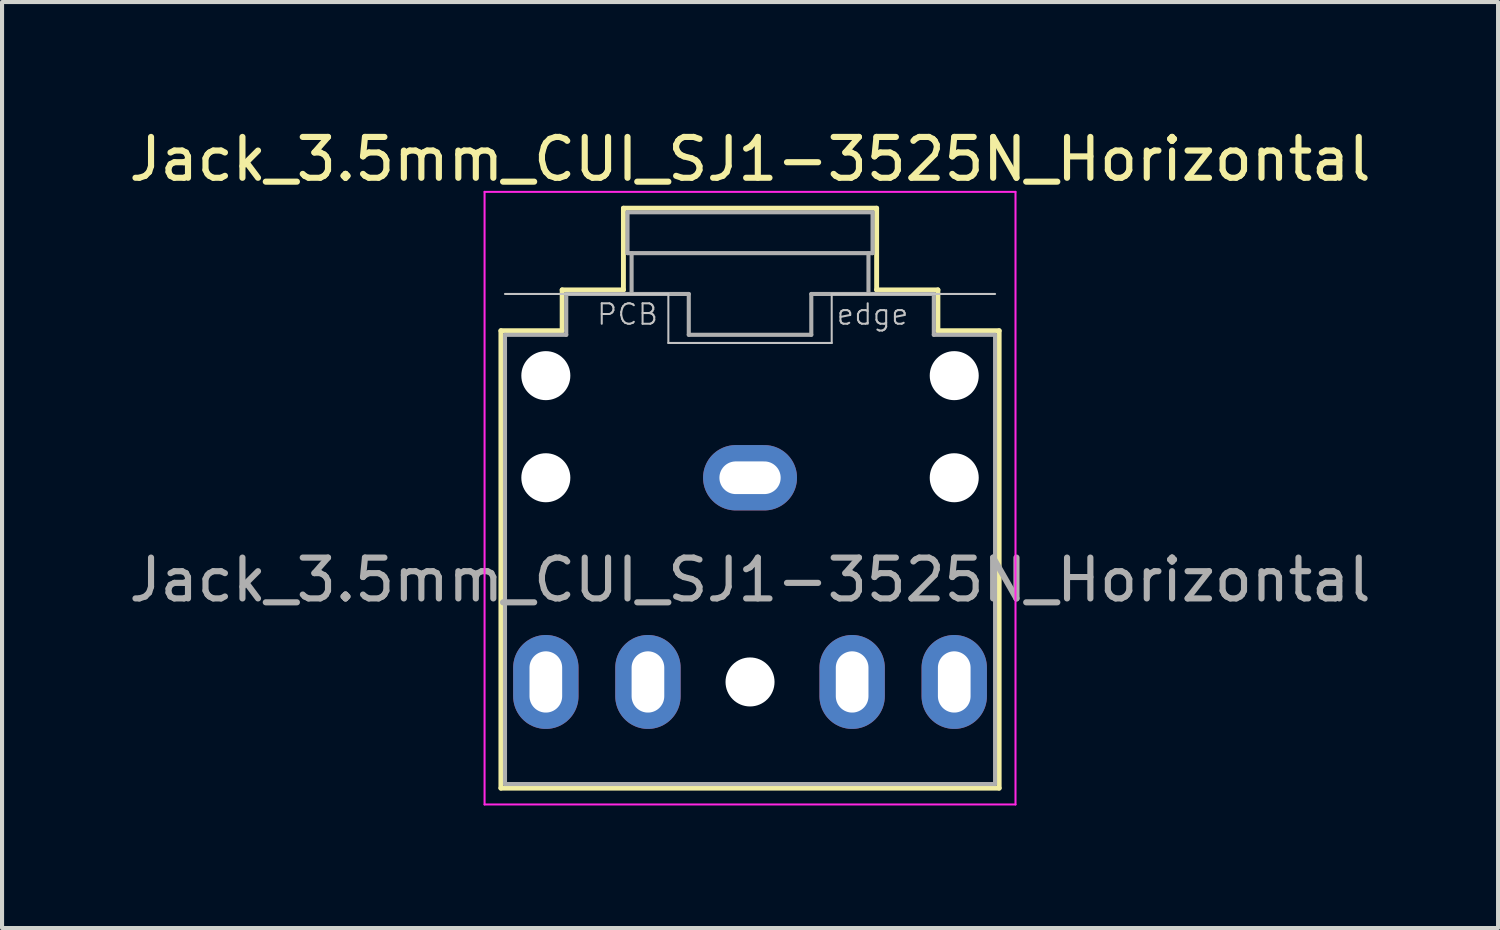
<source format=kicad_pcb>
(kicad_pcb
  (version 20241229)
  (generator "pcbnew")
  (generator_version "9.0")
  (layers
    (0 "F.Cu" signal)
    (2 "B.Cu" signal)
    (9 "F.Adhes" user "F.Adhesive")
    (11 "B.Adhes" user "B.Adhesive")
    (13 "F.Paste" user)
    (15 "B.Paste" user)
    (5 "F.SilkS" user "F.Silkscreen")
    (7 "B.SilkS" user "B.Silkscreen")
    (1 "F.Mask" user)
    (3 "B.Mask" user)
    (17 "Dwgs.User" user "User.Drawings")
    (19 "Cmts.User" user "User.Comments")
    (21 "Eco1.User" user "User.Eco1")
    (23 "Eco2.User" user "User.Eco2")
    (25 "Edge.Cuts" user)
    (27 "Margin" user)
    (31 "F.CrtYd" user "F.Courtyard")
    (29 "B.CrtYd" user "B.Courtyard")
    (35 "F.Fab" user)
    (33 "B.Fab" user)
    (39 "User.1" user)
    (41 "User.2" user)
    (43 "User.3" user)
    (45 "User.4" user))
  (footprint "Jack_3.5mm_CUI_SJ1-3525N_Horizontal"
    (layer "F.Cu")
    (at 15.315 8.648)
    (property "Reference" "Jack_3.5mm_CUI_SJ1-3525N_Horizontal" (at 0 -7.8 0) (layer "F.SilkS") (effects (font (size 1 1) (thickness 0.15))))
    (attr through_hole)
    (fp_line (start -6.1 -3.6) (end -4.6 -3.6) (stroke (width 0.12) (type solid)) (layer "F.SilkS"))
    (fp_line (start -6.1 7.6) (end -6.1 -3.6) (stroke (width 0.12) (type solid)) (layer "F.SilkS"))
    (fp_line (start -4.6 -4.6) (end -3.1 -4.6) (stroke (width 0.12) (type solid)) (layer "F.SilkS"))
    (fp_line (start -4.6 -3.6) (end -4.6 -4.6) (stroke (width 0.12) (type solid)) (layer "F.SilkS"))
    (fp_line (start -3.1 -6.6) (end 3.1 -6.6) (stroke (width 0.12) (type solid)) (layer "F.SilkS"))
    (fp_line (start -3.1 -4.6) (end -3.1 -6.6) (stroke (width 0.12) (type solid)) (layer "F.SilkS"))
    (fp_line (start 3.1 -6.6) (end 3.1 -4.6) (stroke (width 0.12) (type solid)) (layer "F.SilkS"))
    (fp_line (start 3.1 -4.6) (end 4.6 -4.6) (stroke (width 0.12) (type solid)) (layer "F.SilkS"))
    (fp_line (start 4.6 -4.6) (end 4.6 -3.6) (stroke (width 0.12) (type solid)) (layer "F.SilkS"))
    (fp_line (start 4.6 -3.6) (end 6.1 -3.6) (stroke (width 0.12) (type solid)) (layer "F.SilkS"))
    (fp_line (start 6.1 -3.6) (end 6.1 7.6) (stroke (width 0.12) (type solid)) (layer "F.SilkS"))
    (fp_line (start 6.1 7.6) (end -6.1 7.6) (stroke (width 0.12) (type solid)) (layer "F.SilkS"))
    (fp_line (start -2 -4.5) (end -6 -4.5) (stroke (width 0.05) (type solid)) (layer "Dwgs.User"))
    (fp_line (start -2 -4.5) (end -2 -3.3) (stroke (width 0.05) (type solid)) (layer "Dwgs.User"))
    (fp_line (start -2 -3.3) (end 2 -3.3) (stroke (width 0.05) (type solid)) (layer "Dwgs.User"))
    (fp_line (start 2 -4.5) (end 6 -4.5) (stroke (width 0.05) (type solid)) (layer "Dwgs.User"))
    (fp_line (start 2 -3.3) (end 2 -4.5) (stroke (width 0.05) (type solid)) (layer "Dwgs.User"))
    (fp_line (start -6.5 -7) (end 6.5 -7) (stroke (width 0.05) (type solid)) (layer "F.CrtYd"))
    (fp_line (start -6.5 8) (end -6.5 -7) (stroke (width 0.05) (type solid)) (layer "F.CrtYd"))
    (fp_line (start 6.5 -7) (end 6.5 8) (stroke (width 0.05) (type solid)) (layer "F.CrtYd"))
    (fp_line (start 6.5 8) (end -6.5 8) (stroke (width 0.05) (type solid)) (layer "F.CrtYd"))
    (fp_line (start -6 7.5) (end -6 -3.5) (stroke (width 0.1) (type solid)) (layer "F.Fab"))
    (fp_line (start -4.5 -4.5) (end -4.5 -3.5) (stroke (width 0.1) (type solid)) (layer "F.Fab"))
    (fp_line (start -4.5 -4.5) (end -1.5 -4.5) (stroke (width 0.1) (type solid)) (layer "F.Fab"))
    (fp_line (start -4.5 -3.5) (end -6 -3.5) (stroke (width 0.1) (type solid)) (layer "F.Fab"))
    (fp_line (start -3 -6.5) (end 3 -6.5) (stroke (width 0.1) (type solid)) (layer "F.Fab"))
    (fp_line (start -3 -5.5) (end -3 -6.5) (stroke (width 0.1) (type solid)) (layer "F.Fab"))
    (fp_line (start -2.9 -5.5) (end -2.9 -4.5) (stroke (width 0.1) (type solid)) (layer "F.Fab"))
    (fp_line (start -1.5 -4.5) (end -1.5 -3.5) (stroke (width 0.1) (type solid)) (layer "F.Fab"))
    (fp_line (start -1.5 -3.5) (end 1.5 -3.5) (stroke (width 0.1) (type solid)) (layer "F.Fab"))
    (fp_line (start 1.5 -4.5) (end 4.5 -4.5) (stroke (width 0.1) (type solid)) (layer "F.Fab"))
    (fp_line (start 1.5 -3.5) (end 1.5 -4.5) (stroke (width 0.1) (type solid)) (layer "F.Fab"))
    (fp_line (start 2.9 -5.5) (end 2.9 -4.5) (stroke (width 0.1) (type solid)) (layer "F.Fab"))
    (fp_line (start 3 -6.5) (end 3 -5.5) (stroke (width 0.1) (type solid)) (layer "F.Fab"))
    (fp_line (start 3 -5.5) (end -3 -5.5) (stroke (width 0.1) (type solid)) (layer "F.Fab"))
    (fp_line (start 4.5 -3.5) (end 4.5 -4.5) (stroke (width 0.1) (type solid)) (layer "F.Fab"))
    (fp_line (start 6 -3.5) (end 4.5 -3.5) (stroke (width 0.1) (type solid)) (layer "F.Fab"))
    (fp_line (start 6 -3.5) (end 6 7.5) (stroke (width 0.1) (type solid)) (layer "F.Fab"))
    (fp_line (start 6 7.5) (end -6 7.5) (stroke (width 0.1) (type solid)) (layer "F.Fab"))
    (fp_text user "edge" (at 3 -4 0) (layer "Dwgs.User") (effects (font (size 0.5 0.5) (thickness 0.05))))
    (fp_text user "PCB" (at -3 -4 0) (layer "Dwgs.User") (effects (font (size 0.5 0.5) (thickness 0.05))))
    (fp_text user "${REFERENCE}" (at 0 2.5 0) (layer "F.Fab") (effects (font (size 1 1) (thickness 0.15))))
    (pad "" np_thru_hole circle (at -5 -2.5) (size 1.2 1.2) (drill 1.2) (layers "*.Cu" "*.Mask"))
    (pad "" np_thru_hole circle (at -5 0) (size 1.2 1.2) (drill 1.2) (layers "*.Cu" "*.Mask"))
    (pad "" np_thru_hole circle (at 0 5) (size 1.2 1.2) (drill 1.2) (layers "*.Cu" "*.Mask"))
    (pad "" np_thru_hole circle (at 5 -2.5) (size 1.2 1.2) (drill 1.2) (layers "*.Cu" "*.Mask"))
    (pad "" np_thru_hole circle (at 5 0) (size 1.2 1.2) (drill 1.2) (layers "*.Cu" "*.Mask"))
    (pad "R" thru_hole oval (at 5 5) (size 1.6 2.3) (drill oval 0.8 1.5) (layers "*.Cu" "*.Mask"))
    (pad "RN" thru_hole oval (at 2.5 5) (size 1.6 2.3) (drill oval 0.8 1.5) (layers "*.Cu" "*.Mask"))
    (pad "S" thru_hole oval (at 0 0) (size 2.3 1.6) (drill oval 1.5 0.8) (layers "*.Cu" "*.Mask"))
    (pad "T" thru_hole oval (at -5 5) (size 1.6 2.3) (drill oval 0.8 1.5) (layers "*.Cu" "*.Mask"))
    (pad "TN" thru_hole oval (at -2.5 5) (size 1.6 2.3) (drill oval 0.8 1.5) (layers "*.Cu" "*.Mask")))
  (gr_rect
    (start -3 -3)
    (end 33.631 19.673)
    (stroke (width 0.1) (type default))
    (fill no)
    (layer "Edge.Cuts")))
</source>
